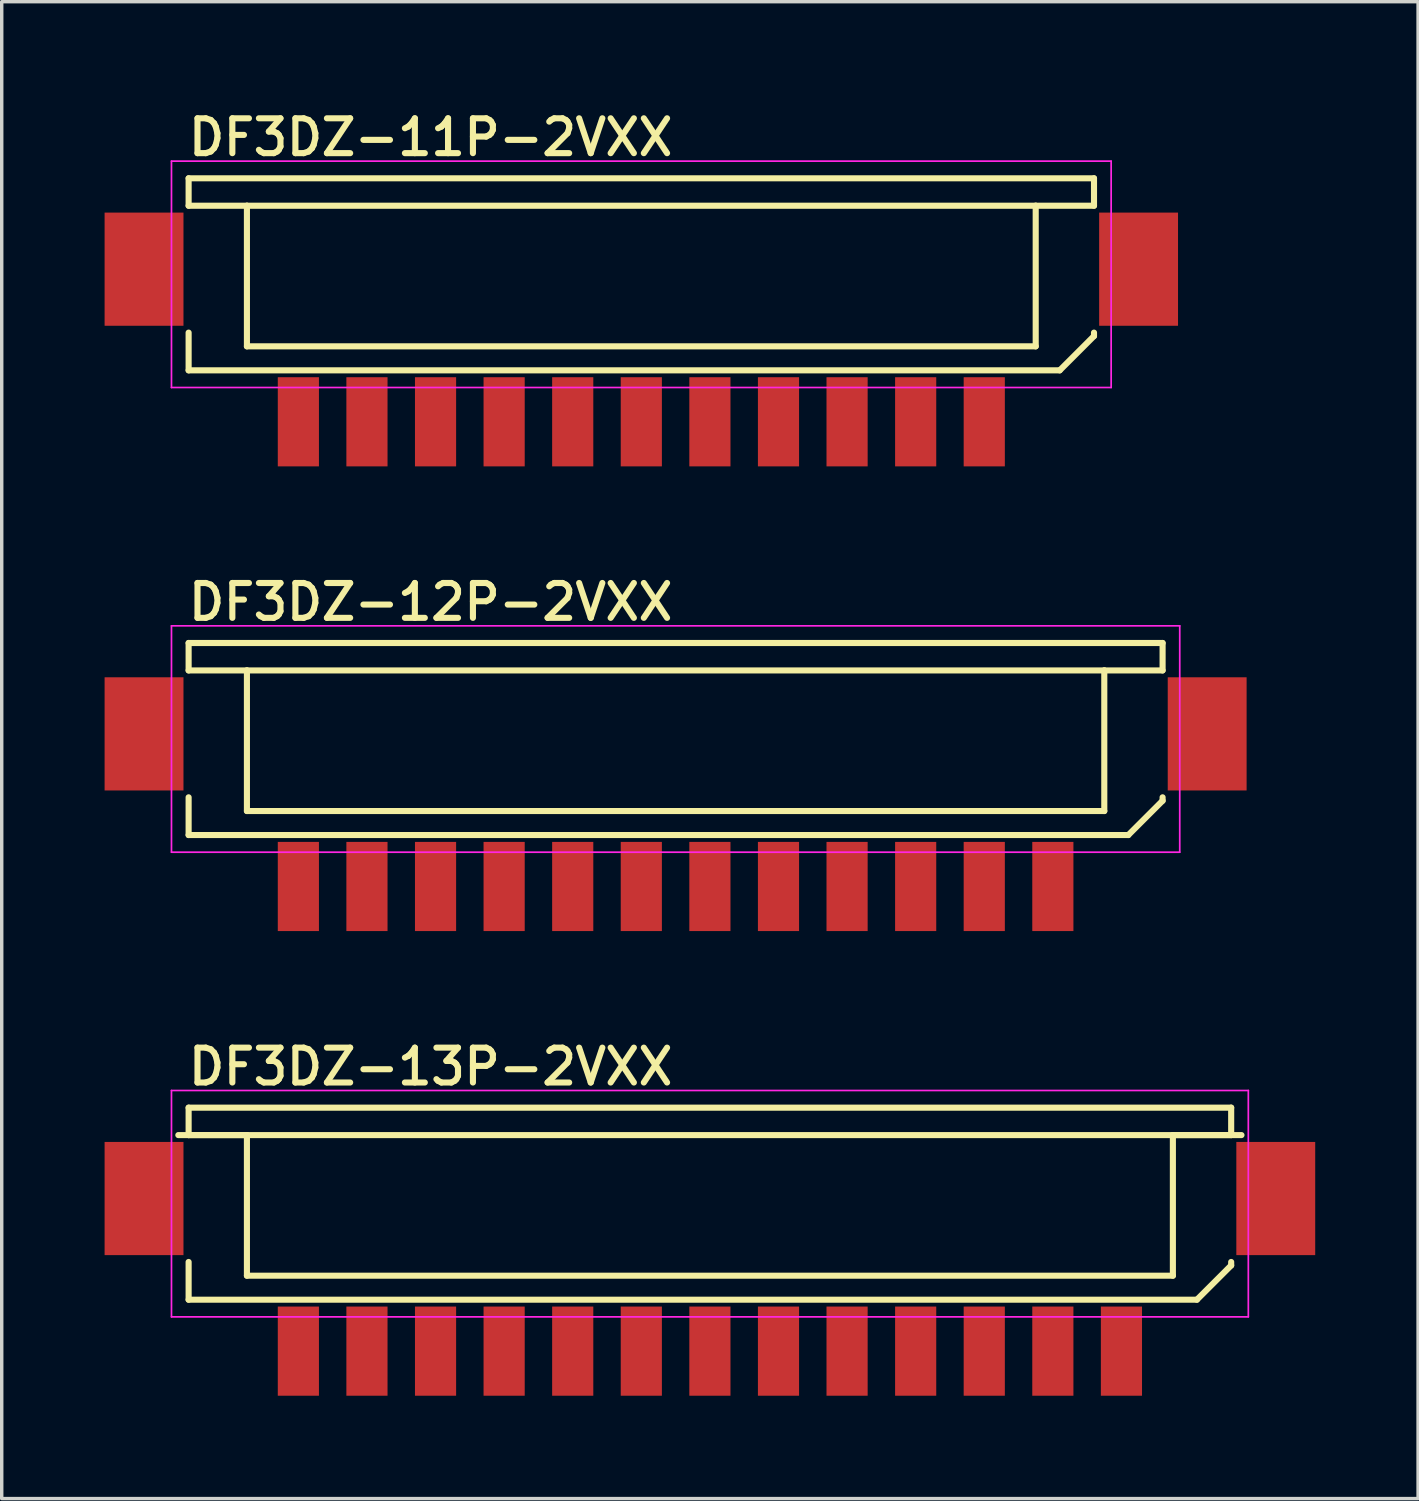
<source format=kicad_pcb>
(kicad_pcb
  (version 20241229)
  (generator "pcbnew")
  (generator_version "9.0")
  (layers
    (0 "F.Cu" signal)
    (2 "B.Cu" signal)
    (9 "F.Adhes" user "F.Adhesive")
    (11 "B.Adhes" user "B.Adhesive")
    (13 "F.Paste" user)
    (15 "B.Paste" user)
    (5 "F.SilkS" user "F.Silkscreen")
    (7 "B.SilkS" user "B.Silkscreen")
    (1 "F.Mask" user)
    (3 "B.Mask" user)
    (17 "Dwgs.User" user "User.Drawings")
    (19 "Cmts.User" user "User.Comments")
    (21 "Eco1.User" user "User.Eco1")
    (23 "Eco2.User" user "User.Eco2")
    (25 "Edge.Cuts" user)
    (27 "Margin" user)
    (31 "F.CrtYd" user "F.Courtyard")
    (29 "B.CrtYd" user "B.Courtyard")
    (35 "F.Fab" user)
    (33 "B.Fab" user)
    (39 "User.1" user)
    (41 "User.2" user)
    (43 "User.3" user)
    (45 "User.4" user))
  (footprint "DF3DZ-13P-2VXX"
    (layer "F.Cu")
    (at 17.65 36.348)
    (property "Reference" "DF3DZ-13P-2VXX" (at -15.3 -7.7 0) (layer "F.SilkS") (effects (font (size 1.016 1.016) (thickness 0.178)) (justify left bottom)))
    (attr through_hole)
    (fp_line (start -15.5 -6.3) (end 15.5 -6.3) (stroke (width 0.178) (type solid)) (layer "F.SilkS"))
    (fp_line (start -15.2 -7.1) (end -15.2 -6.3) (stroke (width 0.178) (type solid)) (layer "F.SilkS"))
    (fp_line (start -15.2 -7.1) (end 15.2 -7.1) (stroke (width 0.178) (type solid)) (layer "F.SilkS"))
    (fp_line (start -15.2 -1.5) (end -15.2 -2.6) (stroke (width 0.178) (type solid)) (layer "F.SilkS"))
    (fp_line (start -15.2 -1.5) (end 14.2 -1.5) (stroke (width 0.178) (type solid)) (layer "F.SilkS"))
    (fp_line (start -13.5 -6.3) (end -15.2 -6.3) (stroke (width 0.178) (type solid)) (layer "F.SilkS"))
    (fp_line (start -13.5 -6.3) (end -13.5 -2.2) (stroke (width 0.178) (type solid)) (layer "F.SilkS"))
    (fp_line (start -13.5 -2.2) (end 13.5 -2.2) (stroke (width 0.178) (type solid)) (layer "F.SilkS"))
    (fp_line (start 13.5 -6.3) (end 15.2 -6.3) (stroke (width 0.178) (type solid)) (layer "F.SilkS"))
    (fp_line (start 13.5 -2.2) (end 13.5 -6.3) (stroke (width 0.178) (type solid)) (layer "F.SilkS"))
    (fp_line (start 14.2 -1.5) (end 15.2 -2.5) (stroke (width 0.178) (type solid)) (layer "F.SilkS"))
    (fp_line (start 15.2 -7.1) (end 15.2 -6.3) (stroke (width 0.178) (type solid)) (layer "F.SilkS"))
    (fp_line (start 15.2 -2.5) (end 15.2 -2.6) (stroke (width 0.178) (type solid)) (layer "F.SilkS"))
    (fp_line (start -15.7 -7.6) (end 15.7 -7.6) (stroke (width 0.05) (type solid)) (layer "F.CrtYd"))
    (fp_line (start -15.7 -1) (end -15.7 -7.6) (stroke (width 0.05) (type solid)) (layer "F.CrtYd"))
    (fp_line (start 15.7 -7.6) (end 15.7 -1) (stroke (width 0.05) (type solid)) (layer "F.CrtYd"))
    (fp_line (start 15.7 -1) (end -15.7 -1) (stroke (width 0.05) (type solid)) (layer "F.CrtYd"))
    (pad "1" smd rect (at 12 0) (size 1.2 2.6) (layers "F.Cu" "F.Mask" "F.Paste"))
    (pad "2" smd rect (at 10 0) (size 1.2 2.6) (layers "F.Cu" "F.Mask" "F.Paste"))
    (pad "3" smd rect (at 8 0) (size 1.2 2.6) (layers "F.Cu" "F.Mask" "F.Paste"))
    (pad "4" smd rect (at 6 0) (size 1.2 2.6) (layers "F.Cu" "F.Mask" "F.Paste"))
    (pad "5" smd rect (at 4 0) (size 1.2 2.6) (layers "F.Cu" "F.Mask" "F.Paste"))
    (pad "6" smd rect (at 2 0) (size 1.2 2.6) (layers "F.Cu" "F.Mask" "F.Paste"))
    (pad "7" smd rect (at 0 0) (size 1.2 2.6) (layers "F.Cu" "F.Mask" "F.Paste"))
    (pad "8" smd rect (at -2 0) (size 1.2 2.6) (layers "F.Cu" "F.Mask" "F.Paste"))
    (pad "9" smd rect (at -4 0) (size 1.2 2.6) (layers "F.Cu" "F.Mask" "F.Paste"))
    (pad "10" smd rect (at -6 0) (size 1.2 2.6) (layers "F.Cu" "F.Mask" "F.Paste"))
    (pad "11" smd rect (at -8 0) (size 1.2 2.6) (layers "F.Cu" "F.Mask" "F.Paste"))
    (pad "12" smd rect (at -10 0) (size 1.2 2.6) (layers "F.Cu" "F.Mask" "F.Paste"))
    (pad "13" smd rect (at -12 0) (size 1.2 2.6) (layers "F.Cu" "F.Mask" "F.Paste"))
    (pad "TAB" smd rect (at -16.5 -4.45) (size 2.3 3.3) (layers "F.Cu" "F.Mask" "F.Paste"))
    (pad "TAB" smd rect (at 16.5 -4.45) (size 2.3 3.3) (layers "F.Cu" "F.Mask" "F.Paste")))
  (footprint "DF3DZ-11P-2VXX"
    (layer "F.Cu")
    (at 15.65 9.249)
    (property "Reference" "DF3DZ-11P-2VXX" (at -13.3 -7.7 0) (layer "F.SilkS") (effects (font (size 1.016 1.016) (thickness 0.178)) (justify left bottom)))
    (attr through_hole)
    (fp_line (start -13.2 -7.1) (end -13.2 -6.3) (stroke (width 0.178) (type solid)) (layer "F.SilkS"))
    (fp_line (start -13.2 -7.1) (end 13.2 -7.1) (stroke (width 0.178) (type solid)) (layer "F.SilkS"))
    (fp_line (start -13.2 -1.5) (end -13.2 -2.6) (stroke (width 0.178) (type solid)) (layer "F.SilkS"))
    (fp_line (start -13.2 -1.5) (end 12.2 -1.5) (stroke (width 0.178) (type solid)) (layer "F.SilkS"))
    (fp_line (start -11.5 -6.3) (end -13.2 -6.3) (stroke (width 0.178) (type solid)) (layer "F.SilkS"))
    (fp_line (start -11.5 -6.3) (end -11.5 -2.2) (stroke (width 0.178) (type solid)) (layer "F.SilkS"))
    (fp_line (start -11.5 -6.3) (end 11.5 -6.3) (stroke (width 0.178) (type solid)) (layer "F.SilkS"))
    (fp_line (start -11.5 -2.2) (end 11.5 -2.2) (stroke (width 0.178) (type solid)) (layer "F.SilkS"))
    (fp_line (start 11.5 -6.3) (end 13.2 -6.3) (stroke (width 0.178) (type solid)) (layer "F.SilkS"))
    (fp_line (start 11.5 -2.2) (end 11.5 -6.3) (stroke (width 0.178) (type solid)) (layer "F.SilkS"))
    (fp_line (start 12.2 -1.5) (end 13.2 -2.5) (stroke (width 0.178) (type solid)) (layer "F.SilkS"))
    (fp_line (start 13.2 -7.1) (end 13.2 -6.3) (stroke (width 0.178) (type solid)) (layer "F.SilkS"))
    (fp_line (start 13.2 -2.5) (end 13.2 -2.6) (stroke (width 0.178) (type solid)) (layer "F.SilkS"))
    (fp_line (start -13.7 -7.6) (end 13.7 -7.6) (stroke (width 0.05) (type solid)) (layer "F.CrtYd"))
    (fp_line (start -13.7 -1) (end -13.7 -7.6) (stroke (width 0.05) (type solid)) (layer "F.CrtYd"))
    (fp_line (start 13.7 -7.6) (end 13.7 -1) (stroke (width 0.05) (type solid)) (layer "F.CrtYd"))
    (fp_line (start 13.7 -1) (end -13.7 -1) (stroke (width 0.05) (type solid)) (layer "F.CrtYd"))
    (pad "1" smd rect (at 10 0) (size 1.2 2.6) (layers "F.Cu" "F.Mask" "F.Paste"))
    (pad "2" smd rect (at 8 0) (size 1.2 2.6) (layers "F.Cu" "F.Mask" "F.Paste"))
    (pad "3" smd rect (at 6 0) (size 1.2 2.6) (layers "F.Cu" "F.Mask" "F.Paste"))
    (pad "4" smd rect (at 4 0) (size 1.2 2.6) (layers "F.Cu" "F.Mask" "F.Paste"))
    (pad "5" smd rect (at 2 0) (size 1.2 2.6) (layers "F.Cu" "F.Mask" "F.Paste"))
    (pad "6" smd rect (at 0 0) (size 1.2 2.6) (layers "F.Cu" "F.Mask" "F.Paste"))
    (pad "7" smd rect (at -2 0) (size 1.2 2.6) (layers "F.Cu" "F.Mask" "F.Paste"))
    (pad "8" smd rect (at -4 0) (size 1.2 2.6) (layers "F.Cu" "F.Mask" "F.Paste"))
    (pad "9" smd rect (at -6 0) (size 1.2 2.6) (layers "F.Cu" "F.Mask" "F.Paste"))
    (pad "10" smd rect (at -8 0) (size 1.2 2.6) (layers "F.Cu" "F.Mask" "F.Paste"))
    (pad "11" smd rect (at -10 0) (size 1.2 2.6) (layers "F.Cu" "F.Mask" "F.Paste"))
    (pad "TAB" smd rect (at -14.5 -4.45) (size 2.3 3.3) (layers "F.Cu" "F.Mask" "F.Paste"))
    (pad "TAB" smd rect (at 14.5 -4.45) (size 2.3 3.3) (layers "F.Cu" "F.Mask" "F.Paste")))
  (footprint "DF3DZ-12P-2VXX"
    (layer "F.Cu")
    (at 16.65 22.799)
    (property "Reference" "DF3DZ-12P-2VXX" (at -14.3 -7.7 0) (layer "F.SilkS") (effects (font (size 1.016 1.016) (thickness 0.178)) (justify left bottom)))
    (attr through_hole)
    (fp_line (start -14.2 -7.1) (end -14.2 -6.3) (stroke (width 0.178) (type solid)) (layer "F.SilkS"))
    (fp_line (start -14.2 -7.1) (end 14.2 -7.1) (stroke (width 0.178) (type solid)) (layer "F.SilkS"))
    (fp_line (start -14.2 -1.5) (end -14.2 -2.6) (stroke (width 0.178) (type solid)) (layer "F.SilkS"))
    (fp_line (start -14.2 -1.5) (end 13.2 -1.5) (stroke (width 0.178) (type solid)) (layer "F.SilkS"))
    (fp_line (start -12.5 -6.3) (end -14.2 -6.3) (stroke (width 0.178) (type solid)) (layer "F.SilkS"))
    (fp_line (start -12.5 -6.3) (end -12.5 -2.2) (stroke (width 0.178) (type solid)) (layer "F.SilkS"))
    (fp_line (start -12.5 -6.3) (end 12.5 -6.3) (stroke (width 0.178) (type solid)) (layer "F.SilkS"))
    (fp_line (start -12.5 -2.2) (end 12.5 -2.2) (stroke (width 0.178) (type solid)) (layer "F.SilkS"))
    (fp_line (start 12.5 -6.3) (end 14.2 -6.3) (stroke (width 0.178) (type solid)) (layer "F.SilkS"))
    (fp_line (start 12.5 -2.2) (end 12.5 -6.3) (stroke (width 0.178) (type solid)) (layer "F.SilkS"))
    (fp_line (start 13.2 -1.5) (end 14.2 -2.5) (stroke (width 0.178) (type solid)) (layer "F.SilkS"))
    (fp_line (start 14.2 -7.1) (end 14.2 -6.3) (stroke (width 0.178) (type solid)) (layer "F.SilkS"))
    (fp_line (start 14.2 -2.5) (end 14.2 -2.6) (stroke (width 0.178) (type solid)) (layer "F.SilkS"))
    (fp_line (start -14.7 -7.6) (end 14.7 -7.6) (stroke (width 0.05) (type solid)) (layer "F.CrtYd"))
    (fp_line (start -14.7 -1) (end -14.7 -7.6) (stroke (width 0.05) (type solid)) (layer "F.CrtYd"))
    (fp_line (start 14.7 -7.6) (end 14.7 -1) (stroke (width 0.05) (type solid)) (layer "F.CrtYd"))
    (fp_line (start 14.7 -1) (end -14.7 -1) (stroke (width 0.05) (type solid)) (layer "F.CrtYd"))
    (pad "1" smd rect (at 11 0) (size 1.2 2.6) (layers "F.Cu" "F.Mask" "F.Paste"))
    (pad "2" smd rect (at 9 0) (size 1.2 2.6) (layers "F.Cu" "F.Mask" "F.Paste"))
    (pad "3" smd rect (at 7 0 180) (size 1.2 2.6) (layers "F.Cu" "F.Mask" "F.Paste"))
    (pad "4" smd rect (at 5 0 180) (size 1.2 2.6) (layers "F.Cu" "F.Mask" "F.Paste"))
    (pad "5" smd rect (at 3 0 180) (size 1.2 2.6) (layers "F.Cu" "F.Mask" "F.Paste"))
    (pad "6" smd rect (at 1 0 180) (size 1.2 2.6) (layers "F.Cu" "F.Mask" "F.Paste"))
    (pad "7" smd rect (at -1 0 180) (size 1.2 2.6) (layers "F.Cu" "F.Mask" "F.Paste"))
    (pad "8" smd rect (at -3 0 180) (size 1.2 2.6) (layers "F.Cu" "F.Mask" "F.Paste"))
    (pad "9" smd rect (at -5 0 180) (size 1.2 2.6) (layers "F.Cu" "F.Mask" "F.Paste"))
    (pad "10" smd rect (at -7 0 180) (size 1.2 2.6) (layers "F.Cu" "F.Mask" "F.Paste"))
    (pad "11" smd rect (at -9 0 180) (size 1.2 2.6) (layers "F.Cu" "F.Mask" "F.Paste"))
    (pad "12" smd rect (at -11 0 180) (size 1.2 2.6) (layers "F.Cu" "F.Mask" "F.Paste"))
    (pad "TAB" smd rect (at -15.5 -4.45) (size 2.3 3.3) (layers "F.Cu" "F.Mask" "F.Paste"))
    (pad "TAB" smd rect (at 15.5 -4.45) (size 2.3 3.3) (layers "F.Cu" "F.Mask" "F.Paste")))
  (gr_rect
    (start -3 -3)
    (end 38.3 40.648)
    (stroke (width 0.1) (type default))
    (fill no)
    (layer "Edge.Cuts")))
</source>
